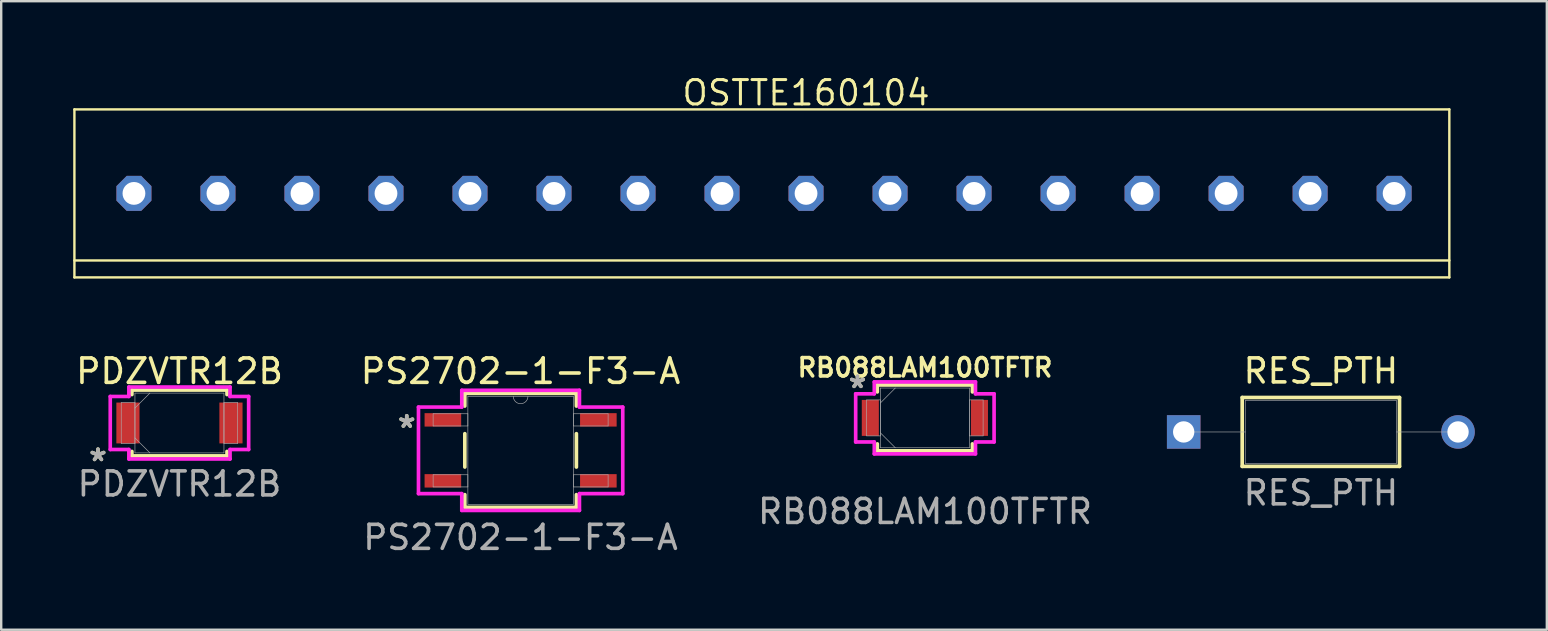
<source format=kicad_pcb>
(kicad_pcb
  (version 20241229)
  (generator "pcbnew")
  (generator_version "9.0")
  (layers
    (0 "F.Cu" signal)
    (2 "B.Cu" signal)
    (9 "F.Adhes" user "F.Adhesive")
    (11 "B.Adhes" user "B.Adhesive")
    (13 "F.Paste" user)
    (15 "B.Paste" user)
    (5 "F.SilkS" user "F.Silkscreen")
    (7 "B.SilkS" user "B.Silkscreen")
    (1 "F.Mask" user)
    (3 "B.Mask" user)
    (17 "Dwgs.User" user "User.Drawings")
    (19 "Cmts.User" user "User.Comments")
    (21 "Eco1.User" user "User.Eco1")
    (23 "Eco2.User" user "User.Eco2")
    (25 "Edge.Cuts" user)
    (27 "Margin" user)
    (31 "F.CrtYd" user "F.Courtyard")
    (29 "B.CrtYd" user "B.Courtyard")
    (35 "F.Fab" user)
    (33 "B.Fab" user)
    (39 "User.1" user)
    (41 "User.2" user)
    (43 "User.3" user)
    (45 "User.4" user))
  (footprint "OSTTE160104"
    (layer "F.Cu")
    (at 30.53 5.007)
    (property "Reference" "OSTTE160104" (at 0 -4.19 0) (layer "F.SilkS") (effects (font (size 1.016 1.016) (thickness 0.127))))
    (attr through_hole)
    (fp_line (start -30.48 -3.5) (end -30.48 3.5) (stroke (width 0.1) (type default)) (layer "F.SilkS"))
    (fp_line (start -30.48 -3.5) (end 26.8 -3.5) (stroke (width 0.1) (type default)) (layer "F.SilkS"))
    (fp_line (start 26.8 -3.5) (end 26.8 3.5) (stroke (width 0.1) (type default)) (layer "F.SilkS"))
    (fp_line (start 26.8 2.794) (end -30.48 2.794) (stroke (width 0.1) (type default)) (layer "F.SilkS"))
    (fp_line (start 26.8 3.5) (end -30.48 3.5) (stroke (width 0.1) (type default)) (layer "F.SilkS"))
    (pad "1" thru_hole roundrect (at 24.5 0) (size 1.458 1.458) (drill 0.95) (layers "*.Cu" "*.Mask") (roundrect_rratio 0.25) (chamfer_ratio 0.293) (chamfer top_left top_right bottom_left bottom_right))
    (pad "2" thru_hole roundrect (at 21 0) (size 1.458 1.458) (drill 0.95) (layers "*.Cu" "*.Mask") (roundrect_rratio 0.25) (chamfer_ratio 0.293) (chamfer top_left top_right bottom_left bottom_right))
    (pad "3" thru_hole roundrect (at 17.5 0) (size 1.458 1.458) (drill 0.95) (layers "*.Cu" "*.Mask") (roundrect_rratio 0.25) (chamfer_ratio 0.293) (chamfer top_left top_right bottom_left bottom_right))
    (pad "4" thru_hole roundrect (at 14 0) (size 1.458 1.458) (drill 0.95) (layers "*.Cu" "*.Mask") (roundrect_rratio 0.25) (chamfer_ratio 0.293) (chamfer top_left top_right bottom_left bottom_right))
    (pad "5" thru_hole roundrect (at 10.5 0) (size 1.458 1.458) (drill 0.95) (layers "*.Cu" "*.Mask") (roundrect_rratio 0.25) (chamfer_ratio 0.293) (chamfer top_left top_right bottom_left bottom_right))
    (pad "6" thru_hole roundrect (at 7 0) (size 1.458 1.458) (drill 0.95) (layers "*.Cu" "*.Mask") (roundrect_rratio 0.25) (chamfer_ratio 0.293) (chamfer top_left top_right bottom_left bottom_right))
    (pad "7" thru_hole roundrect (at 3.5 0) (size 1.458 1.458) (drill 0.95) (layers "*.Cu" "*.Mask") (roundrect_rratio 0.25) (chamfer_ratio 0.293) (chamfer top_left top_right bottom_left bottom_right))
    (pad "8" thru_hole roundrect (at 0 0) (size 1.458 1.458) (drill 0.95) (layers "*.Cu" "*.Mask") (roundrect_rratio 0.25) (chamfer_ratio 0.293) (chamfer top_left top_right bottom_left bottom_right))
    (pad "9" thru_hole roundrect (at -3.5 0) (size 1.458 1.458) (drill 0.95) (layers "*.Cu" "*.Mask") (roundrect_rratio 0.25) (chamfer_ratio 0.293) (chamfer top_left top_right bottom_left bottom_right))
    (pad "10" thru_hole roundrect (at -7 0) (size 1.458 1.458) (drill 0.95) (layers "*.Cu" "*.Mask") (roundrect_rratio 0.25) (chamfer_ratio 0.293) (chamfer top_left top_right bottom_left bottom_right))
    (pad "11" thru_hole roundrect (at -10.5 0) (size 1.458 1.458) (drill 0.95) (layers "*.Cu" "*.Mask") (roundrect_rratio 0.25) (chamfer_ratio 0.293) (chamfer top_left top_right bottom_left bottom_right))
    (pad "12" thru_hole roundrect (at -14 0) (size 1.458 1.458) (drill 0.95) (layers "*.Cu" "*.Mask") (roundrect_rratio 0.25) (chamfer_ratio 0.293) (chamfer top_left top_right bottom_left bottom_right))
    (pad "13" thru_hole roundrect (at -17.5 0) (size 1.458 1.458) (drill 0.95) (layers "*.Cu" "*.Mask") (roundrect_rratio 0.25) (chamfer_ratio 0.293) (chamfer top_left top_right bottom_left bottom_right))
    (pad "14" thru_hole roundrect (at -21 0) (size 1.458 1.458) (drill 0.95) (layers "*.Cu" "*.Mask") (roundrect_rratio 0.25) (chamfer_ratio 0.293) (chamfer top_left top_right bottom_left bottom_right))
    (pad "15" thru_hole roundrect (at -24.5 0) (size 1.458 1.458) (drill 0.95) (layers "*.Cu" "*.Mask") (roundrect_rratio 0.25) (chamfer_ratio 0.293) (chamfer top_left top_right bottom_left bottom_right))
    (pad "16" thru_hole roundrect (at -28 0) (size 1.458 1.458) (drill 0.95) (layers "*.Cu" "*.Mask") (roundrect_rratio 0.25) (chamfer_ratio 0.293) (chamfer top_left top_right bottom_left bottom_right)))
  (footprint "PDZVTR12B"
    (layer "F.Cu")
    (at 4.426 14.572)
    (property "Reference" "PDZVTR12B" (at 0.003 -2.157 0) (unlocked yes) (layer "F.SilkS") (effects (font (size 1.016 1.016) (thickness 0.15))))
    (attr smd)
    (fp_line (start -1.981 -1.372) (end -1.981 -1.184) (stroke (width 0.152) (type solid)) (layer "F.SilkS"))
    (fp_line (start -1.981 1.184) (end -1.981 1.372) (stroke (width 0.152) (type solid)) (layer "F.SilkS"))
    (fp_line (start -1.981 1.372) (end 1.981 1.372) (stroke (width 0.152) (type solid)) (layer "F.SilkS"))
    (fp_line (start 1.981 -1.372) (end -1.981 -1.372) (stroke (width 0.152) (type solid)) (layer "F.SilkS"))
    (fp_line (start 1.981 -1.184) (end 1.981 -1.372) (stroke (width 0.152) (type solid)) (layer "F.SilkS"))
    (fp_line (start 1.981 1.372) (end 1.981 1.184) (stroke (width 0.152) (type solid)) (layer "F.SilkS"))
    (fp_line (start -2.883 -1.105) (end -2.108 -1.105) (stroke (width 0.152) (type solid)) (layer "F.CrtYd"))
    (fp_line (start -2.883 1.105) (end -2.883 -1.105) (stroke (width 0.152) (type solid)) (layer "F.CrtYd"))
    (fp_line (start -2.108 -1.499) (end 2.108 -1.499) (stroke (width 0.152) (type solid)) (layer "F.CrtYd"))
    (fp_line (start -2.108 -1.105) (end -2.108 -1.499) (stroke (width 0.152) (type solid)) (layer "F.CrtYd"))
    (fp_line (start -2.108 1.105) (end -2.883 1.105) (stroke (width 0.152) (type solid)) (layer "F.CrtYd"))
    (fp_line (start -2.108 1.499) (end -2.108 1.105) (stroke (width 0.152) (type solid)) (layer "F.CrtYd"))
    (fp_line (start 2.108 -1.499) (end 2.108 -1.105) (stroke (width 0.152) (type solid)) (layer "F.CrtYd"))
    (fp_line (start 2.108 -1.105) (end 2.883 -1.105) (stroke (width 0.152) (type solid)) (layer "F.CrtYd"))
    (fp_line (start 2.108 1.105) (end 2.108 1.499) (stroke (width 0.152) (type solid)) (layer "F.CrtYd"))
    (fp_line (start 2.108 1.499) (end -2.108 1.499) (stroke (width 0.152) (type solid)) (layer "F.CrtYd"))
    (fp_line (start 2.883 -1.105) (end 2.883 1.105) (stroke (width 0.152) (type solid)) (layer "F.CrtYd"))
    (fp_line (start 2.883 1.105) (end 2.108 1.105) (stroke (width 0.152) (type solid)) (layer "F.CrtYd"))
    (fp_line (start -2.426 -0.851) (end -2.426 0.851) (stroke (width 0.025) (type solid)) (layer "F.Fab"))
    (fp_line (start -2.426 0.851) (end -1.854 0.851) (stroke (width 0.025) (type solid)) (layer "F.Fab"))
    (fp_line (start -1.854 -1.245) (end -1.854 1.245) (stroke (width 0.025) (type solid)) (layer "F.Fab"))
    (fp_line (start -1.854 -0.851) (end -2.426 -0.851) (stroke (width 0.025) (type solid)) (layer "F.Fab"))
    (fp_line (start -1.854 -0.622) (end -1.232 -1.245) (stroke (width 0.025) (type solid)) (layer "F.Fab"))
    (fp_line (start -1.854 0.622) (end -1.232 1.245) (stroke (width 0.025) (type solid)) (layer "F.Fab"))
    (fp_line (start -1.854 0.851) (end -1.854 -0.851) (stroke (width 0.025) (type solid)) (layer "F.Fab"))
    (fp_line (start -1.854 1.245) (end 1.854 1.245) (stroke (width 0.025) (type solid)) (layer "F.Fab"))
    (fp_line (start 1.854 -1.245) (end -1.854 -1.245) (stroke (width 0.025) (type solid)) (layer "F.Fab"))
    (fp_line (start 1.854 -0.851) (end 1.854 0.851) (stroke (width 0.025) (type solid)) (layer "F.Fab"))
    (fp_line (start 1.854 0.851) (end 2.426 0.851) (stroke (width 0.025) (type solid)) (layer "F.Fab"))
    (fp_line (start 1.854 1.245) (end 1.854 -1.245) (stroke (width 0.025) (type solid)) (layer "F.Fab"))
    (fp_line (start 2.426 -0.851) (end 1.854 -0.851) (stroke (width 0.025) (type solid)) (layer "F.Fab"))
    (fp_line (start 2.426 0.851) (end 2.426 -0.851) (stroke (width 0.025) (type solid)) (layer "F.Fab"))
    (fp_text user "*" (at -3.394 1.634 0) (layer "F.SilkS") (effects (font (size 1 1) (thickness 0.15))))
    (fp_text user "${REFERENCE}" (at 0 2.54 0) (unlocked yes) (layer "F.Fab") (effects (font (size 1 1) (thickness 0.15))))
    (fp_text user "*" (at -3.394 1.634 0) (layer "F.Fab") (effects (font (size 1 1) (thickness 0.15))))
    (pad "1" smd rect (at -2.146 0) (size 0.965 1.702) (layers "F.Cu" "F.Mask" "F.Paste"))
    (pad "2" smd rect (at 2.146 0) (size 0.965 1.702) (layers "F.Cu" "F.Mask" "F.Paste"))
    (zone (net_name "") (layer "F.Cu") (hatch full 0.508) (connect_pads) (min_thickness 0.254) (filled_areas_thickness no) (keepout (tracks not_allowed) (vias not_allowed) (pads allowed) (copperpour not_allowed) (footprints allowed)) (placement (enabled no)) (fill) (polygon (pts (xy 2.813 13.378) (xy 6.039 13.378) (xy 6.039 15.766) (xy 2.813 15.766)))))
  (footprint "RB088LAM100TFTR"
    (layer "F.Cu")
    (at 35.481 14.36)
    (property "Reference" "RB088LAM100TFTR" (at 0.006 -2.094 0) (unlocked yes) (layer "F.SilkS") (effects (font (size 0.762 0.762) (thickness 0.15))))
    (attr smd)
    (fp_line (start -1.981 -1.372) (end -1.981 -1.082) (stroke (width 0.152) (type solid)) (layer "F.SilkS"))
    (fp_line (start -1.981 1.082) (end -1.981 1.372) (stroke (width 0.152) (type solid)) (layer "F.SilkS"))
    (fp_line (start -1.981 1.372) (end 1.981 1.372) (stroke (width 0.152) (type solid)) (layer "F.SilkS"))
    (fp_line (start 1.981 -1.372) (end -1.981 -1.372) (stroke (width 0.152) (type solid)) (layer "F.SilkS"))
    (fp_line (start 1.981 -1.082) (end 1.981 -1.372) (stroke (width 0.152) (type solid)) (layer "F.SilkS"))
    (fp_line (start 1.981 1.372) (end 1.981 1.082) (stroke (width 0.152) (type solid)) (layer "F.SilkS"))
    (fp_line (start -2.883 -1.003) (end -2.108 -1.003) (stroke (width 0.152) (type solid)) (layer "F.CrtYd"))
    (fp_line (start -2.883 1.003) (end -2.883 -1.003) (stroke (width 0.152) (type solid)) (layer "F.CrtYd"))
    (fp_line (start -2.108 -1.499) (end 2.108 -1.499) (stroke (width 0.152) (type solid)) (layer "F.CrtYd"))
    (fp_line (start -2.108 -1.003) (end -2.108 -1.499) (stroke (width 0.152) (type solid)) (layer "F.CrtYd"))
    (fp_line (start -2.108 1.003) (end -2.883 1.003) (stroke (width 0.152) (type solid)) (layer "F.CrtYd"))
    (fp_line (start -2.108 1.499) (end -2.108 1.003) (stroke (width 0.152) (type solid)) (layer "F.CrtYd"))
    (fp_line (start 2.108 -1.499) (end 2.108 -1.003) (stroke (width 0.152) (type solid)) (layer "F.CrtYd"))
    (fp_line (start 2.108 -1.003) (end 2.883 -1.003) (stroke (width 0.152) (type solid)) (layer "F.CrtYd"))
    (fp_line (start 2.108 1.003) (end 2.108 1.499) (stroke (width 0.152) (type solid)) (layer "F.CrtYd"))
    (fp_line (start 2.108 1.499) (end -2.108 1.499) (stroke (width 0.152) (type solid)) (layer "F.CrtYd"))
    (fp_line (start 2.883 -1.003) (end 2.883 1.003) (stroke (width 0.152) (type solid)) (layer "F.CrtYd"))
    (fp_line (start 2.883 1.003) (end 2.108 1.003) (stroke (width 0.152) (type solid)) (layer "F.CrtYd"))
    (fp_line (start -2.426 -0.749) (end -2.426 0.749) (stroke (width 0.025) (type solid)) (layer "F.Fab"))
    (fp_line (start -2.426 0.749) (end -1.854 0.749) (stroke (width 0.025) (type solid)) (layer "F.Fab"))
    (fp_line (start -1.854 -1.245) (end -1.854 1.245) (stroke (width 0.025) (type solid)) (layer "F.Fab"))
    (fp_line (start -1.854 -0.749) (end -2.426 -0.749) (stroke (width 0.025) (type solid)) (layer "F.Fab"))
    (fp_line (start -1.854 -0.622) (end -1.232 -1.245) (stroke (width 0.025) (type solid)) (layer "F.Fab"))
    (fp_line (start -1.854 0.622) (end -1.232 1.245) (stroke (width 0.025) (type solid)) (layer "F.Fab"))
    (fp_line (start -1.854 0.749) (end -1.854 -0.749) (stroke (width 0.025) (type solid)) (layer "F.Fab"))
    (fp_line (start -1.854 1.245) (end 1.854 1.245) (stroke (width 0.025) (type solid)) (layer "F.Fab"))
    (fp_line (start 1.854 -1.245) (end -1.854 -1.245) (stroke (width 0.025) (type solid)) (layer "F.Fab"))
    (fp_line (start 1.854 -0.749) (end 1.854 0.749) (stroke (width 0.025) (type solid)) (layer "F.Fab"))
    (fp_line (start 1.854 0.749) (end 2.426 0.749) (stroke (width 0.025) (type solid)) (layer "F.Fab"))
    (fp_line (start 1.854 1.245) (end 1.854 -1.245) (stroke (width 0.025) (type solid)) (layer "F.Fab"))
    (fp_line (start 2.426 -0.749) (end 1.854 -0.749) (stroke (width 0.025) (type solid)) (layer "F.Fab"))
    (fp_line (start 2.426 0.749) (end 2.426 -0.749) (stroke (width 0.025) (type solid)) (layer "F.Fab"))
    (fp_text user "*" (at -2.807 -1.199 0) (layer "F.SilkS") (effects (font (size 1 1) (thickness 0.15))))
    (fp_text user "${REFERENCE}" (at 0.006 3.898 0) (unlocked yes) (layer "F.Fab") (effects (font (size 1 1) (thickness 0.15))))
    (fp_text user "*" (at -2.807 -1.199 0) (layer "F.Fab") (effects (font (size 1 1) (thickness 0.15))))
    (pad "1" smd rect (at -2.273 0) (size 0.711 1.499) (layers "F.Cu" "F.Mask" "F.Paste"))
    (pad "2" smd rect (at 2.273 0) (size 0.711 1.499) (layers "F.Cu" "F.Mask" "F.Paste"))
    (zone (net_name "") (layer "F.Cu") (hatch full 0.508) (connect_pads) (min_thickness 0.254) (filled_areas_thickness no) (keepout (tracks not_allowed) (vias not_allowed) (pads allowed) (copperpour not_allowed) (footprints allowed)) (placement (enabled no)) (fill) (polygon (pts (xy 33.614 13.166) (xy 37.348 13.166) (xy 37.348 15.553) (xy 33.614 15.553)))))
  (footprint "PS2702-1-F3-A"
    (layer "F.Cu")
    (at 18.639 15.712)
    (property "Reference" "PS2702-1-F3-A" (at -0.004 -3.297 0) (unlocked yes) (layer "F.SilkS") (effects (font (size 1.016 1.016) (thickness 0.15))))
    (attr smd)
    (fp_line (start -2.324 -2.375) (end -2.324 -1.845) (stroke (width 0.152) (type solid)) (layer "F.SilkS"))
    (fp_line (start -2.324 -0.695) (end -2.324 0.695) (stroke (width 0.152) (type solid)) (layer "F.SilkS"))
    (fp_line (start -2.324 1.845) (end -2.324 2.375) (stroke (width 0.152) (type solid)) (layer "F.SilkS"))
    (fp_line (start -2.324 2.375) (end 2.324 2.375) (stroke (width 0.152) (type solid)) (layer "F.SilkS"))
    (fp_line (start 2.324 -2.375) (end -2.324 -2.375) (stroke (width 0.152) (type solid)) (layer "F.SilkS"))
    (fp_line (start 2.324 -1.845) (end 2.324 -2.375) (stroke (width 0.152) (type solid)) (layer "F.SilkS"))
    (fp_line (start 2.324 0.695) (end 2.324 -0.695) (stroke (width 0.152) (type solid)) (layer "F.SilkS"))
    (fp_line (start 2.324 2.375) (end 2.324 1.845) (stroke (width 0.152) (type solid)) (layer "F.SilkS"))
    (fp_line (start -4.255 -1.803) (end -2.451 -1.803) (stroke (width 0.152) (type solid)) (layer "F.CrtYd"))
    (fp_line (start -4.255 1.803) (end -4.255 -1.803) (stroke (width 0.152) (type solid)) (layer "F.CrtYd"))
    (fp_line (start -4.255 1.803) (end -2.451 1.803) (stroke (width 0.152) (type solid)) (layer "F.CrtYd"))
    (fp_line (start -2.451 -2.502) (end 2.451 -2.502) (stroke (width 0.152) (type solid)) (layer "F.CrtYd"))
    (fp_line (start -2.451 -1.803) (end -2.451 -2.502) (stroke (width 0.152) (type solid)) (layer "F.CrtYd"))
    (fp_line (start -2.451 2.502) (end -2.451 1.803) (stroke (width 0.152) (type solid)) (layer "F.CrtYd"))
    (fp_line (start 2.451 -2.502) (end 2.451 -1.803) (stroke (width 0.152) (type solid)) (layer "F.CrtYd"))
    (fp_line (start 2.451 1.803) (end 2.451 2.502) (stroke (width 0.152) (type solid)) (layer "F.CrtYd"))
    (fp_line (start 2.451 2.502) (end -2.451 2.502) (stroke (width 0.152) (type solid)) (layer "F.CrtYd"))
    (fp_line (start 4.255 -1.803) (end 2.451 -1.803) (stroke (width 0.152) (type solid)) (layer "F.CrtYd"))
    (fp_line (start 4.255 -1.803) (end 4.255 1.803) (stroke (width 0.152) (type solid)) (layer "F.CrtYd"))
    (fp_line (start 4.255 1.803) (end 2.451 1.803) (stroke (width 0.152) (type solid)) (layer "F.CrtYd"))
    (fp_line (start -3.645 -1.524) (end -3.645 -1.016) (stroke (width 0.025) (type solid)) (layer "F.Fab"))
    (fp_line (start -3.645 -1.016) (end -2.197 -1.016) (stroke (width 0.025) (type solid)) (layer "F.Fab"))
    (fp_line (start -3.645 1.016) (end -3.645 1.524) (stroke (width 0.025) (type solid)) (layer "F.Fab"))
    (fp_line (start -3.645 1.524) (end -2.197 1.524) (stroke (width 0.025) (type solid)) (layer "F.Fab"))
    (fp_line (start -2.197 -2.248) (end -2.197 2.248) (stroke (width 0.025) (type solid)) (layer "F.Fab"))
    (fp_line (start -2.197 -1.524) (end -3.645 -1.524) (stroke (width 0.025) (type solid)) (layer "F.Fab"))
    (fp_line (start -2.197 -1.016) (end -2.197 -1.524) (stroke (width 0.025) (type solid)) (layer "F.Fab"))
    (fp_line (start -2.197 1.016) (end -3.645 1.016) (stroke (width 0.025) (type solid)) (layer "F.Fab"))
    (fp_line (start -2.197 1.524) (end -2.197 1.016) (stroke (width 0.025) (type solid)) (layer "F.Fab"))
    (fp_line (start -2.197 2.248) (end 2.197 2.248) (stroke (width 0.025) (type solid)) (layer "F.Fab"))
    (fp_line (start 2.197 -2.248) (end -2.197 -2.248) (stroke (width 0.025) (type solid)) (layer "F.Fab"))
    (fp_line (start 2.197 -1.524) (end 2.197 -1.016) (stroke (width 0.025) (type solid)) (layer "F.Fab"))
    (fp_line (start 2.197 -1.016) (end 3.645 -1.016) (stroke (width 0.025) (type solid)) (layer "F.Fab"))
    (fp_line (start 2.197 1.016) (end 2.197 1.524) (stroke (width 0.025) (type solid)) (layer "F.Fab"))
    (fp_line (start 2.197 1.524) (end 3.645 1.524) (stroke (width 0.025) (type solid)) (layer "F.Fab"))
    (fp_line (start 2.197 2.248) (end 2.197 -2.248) (stroke (width 0.025) (type solid)) (layer "F.Fab"))
    (fp_line (start 3.645 -1.524) (end 2.197 -1.524) (stroke (width 0.025) (type solid)) (layer "F.Fab"))
    (fp_line (start 3.645 -1.016) (end 3.645 -1.524) (stroke (width 0.025) (type solid)) (layer "F.Fab"))
    (fp_line (start 3.645 1.016) (end 2.197 1.016) (stroke (width 0.025) (type solid)) (layer "F.Fab"))
    (fp_line (start 3.645 1.524) (end 3.645 1.016) (stroke (width 0.025) (type solid)) (layer "F.Fab"))
    (fp_arc (start 0.3048 -2.2479) (mid 0 -1.9431) (end -0.3048 -2.2479) (stroke (width 0.0254) (type solid)) (layer "F.Fab"))
    (fp_text user "*" (at -4.743 -0.896 0) (layer "F.SilkS") (effects (font (size 1 1) (thickness 0.15))))
    (fp_text user "*" (at -4.743 -0.896 0) (layer "F.Fab") (effects (font (size 1 1) (thickness 0.15))))
    (fp_text user "${REFERENCE}" (at -0.004 3.626 0) (unlocked yes) (layer "F.Fab") (effects (font (size 1 1) (thickness 0.15))))
    (pad "1" smd rect (at -3.239 -1.27) (size 1.524 0.559) (layers "F.Cu" "F.Mask" "F.Paste"))
    (pad "2" smd rect (at -3.239 1.27) (size 1.524 0.559) (layers "F.Cu" "F.Mask" "F.Paste"))
    (pad "3" smd rect (at 3.239 1.27) (size 1.524 0.559) (layers "F.Cu" "F.Mask" "F.Paste"))
    (pad "4" smd rect (at 3.239 -1.27) (size 1.524 0.559) (layers "F.Cu" "F.Mask" "F.Paste")))
  (footprint "RES_PTH"
    (layer "F.Cu")
    (at 46.263 14.945)
    (property "Reference" "RES_PTH" (at 5.715 -2.54 0) (unlocked yes) (layer "F.SilkS") (effects (font (size 1 1) (thickness 0.15))))
    (attr through_hole)
    (fp_line (start 2.438 -1.435) (end 2.438 1.435) (stroke (width 0.152) (type solid)) (layer "F.SilkS"))
    (fp_line (start 2.438 1.435) (end 8.992 1.435) (stroke (width 0.152) (type solid)) (layer "F.SilkS"))
    (fp_line (start 8.992 -1.435) (end 2.438 -1.435) (stroke (width 0.152) (type solid)) (layer "F.SilkS"))
    (fp_line (start 8.992 1.435) (end 8.992 -1.435) (stroke (width 0.152) (type solid)) (layer "F.SilkS"))
    (fp_line (start 0 0) (end 2.565 0) (stroke (width 0.025) (type solid)) (layer "F.Fab"))
    (fp_line (start 2.565 -1.308) (end 2.565 1.308) (stroke (width 0.025) (type solid)) (layer "F.Fab"))
    (fp_line (start 2.565 1.308) (end 8.865 1.308) (stroke (width 0.025) (type solid)) (layer "F.Fab"))
    (fp_line (start 8.865 -1.308) (end 2.565 -1.308) (stroke (width 0.025) (type solid)) (layer "F.Fab"))
    (fp_line (start 8.865 1.308) (end 8.865 -1.308) (stroke (width 0.025) (type solid)) (layer "F.Fab"))
    (fp_line (start 11.43 0) (end 8.865 0) (stroke (width 0.025) (type solid)) (layer "F.Fab"))
    (fp_text user "${REFERENCE}" (at 5.715 2.54 0) (unlocked yes) (layer "F.Fab") (effects (font (size 1 1) (thickness 0.15))))
    (pad "1" thru_hole rect (at 0 0) (size 1.397 1.397) (drill 0.889) (layers "*.Cu" "*.Mask"))
    (pad "2" thru_hole circle (at 11.43 0) (size 1.397 1.397) (drill 0.889) (layers "*.Cu" "*.Mask")))
  (gr_rect
    (start -3 -3)
    (end 61.392 23.186)
    (stroke (width 0.1) (type default))
    (fill no)
    (layer "Edge.Cuts")))
</source>
